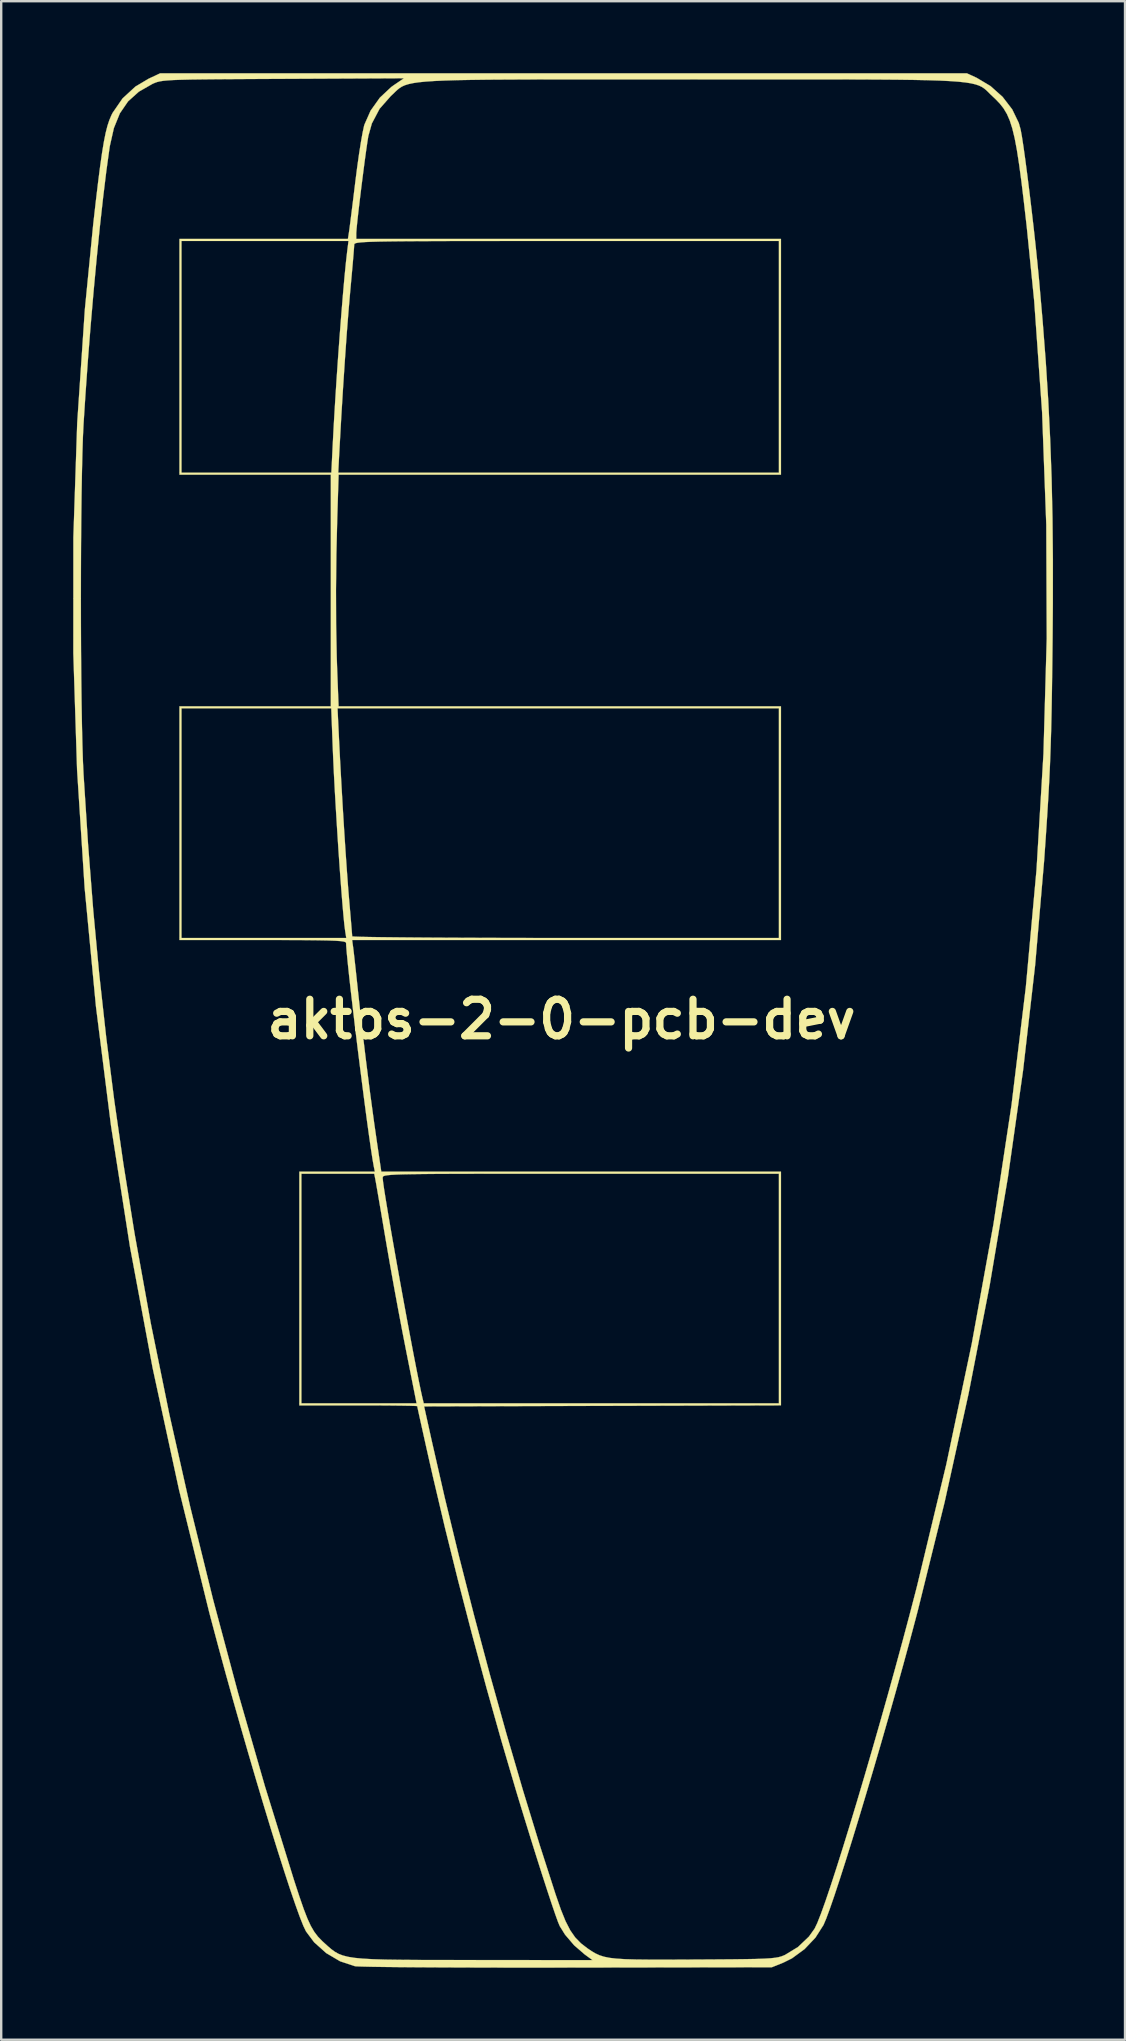
<source format=kicad_pcb>
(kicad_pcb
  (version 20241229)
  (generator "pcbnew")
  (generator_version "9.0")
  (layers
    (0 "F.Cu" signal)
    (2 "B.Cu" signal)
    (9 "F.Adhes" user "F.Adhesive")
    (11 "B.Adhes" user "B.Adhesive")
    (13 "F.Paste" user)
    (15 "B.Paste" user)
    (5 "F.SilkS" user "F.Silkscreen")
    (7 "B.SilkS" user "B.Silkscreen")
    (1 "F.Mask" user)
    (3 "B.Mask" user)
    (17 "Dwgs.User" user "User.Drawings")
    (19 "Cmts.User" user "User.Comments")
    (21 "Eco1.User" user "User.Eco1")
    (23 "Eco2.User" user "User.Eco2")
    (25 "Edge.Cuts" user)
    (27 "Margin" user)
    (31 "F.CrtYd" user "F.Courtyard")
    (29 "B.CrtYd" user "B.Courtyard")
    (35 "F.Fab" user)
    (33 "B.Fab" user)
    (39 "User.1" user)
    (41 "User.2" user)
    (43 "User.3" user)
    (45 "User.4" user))
  (footprint "aktos-2-0-pcb-dev"
    (layer "F.Cu")
    (at 20.344 39.417)
    (property "Reference" "aktos-2-0-pcb-dev" (at 0 0 0) (layer "F.SilkS") (effects (font (size 1.524 1.524) (thickness 0.3))))
    (attr through_hole)
    (fp_poly (pts (xy 17.3 -39.224) (xy 17.875 -38.881) (xy 18.378 -38.432) (xy 18.78 -37.908) (xy 19.053 -37.343) (xy 19.129 -37.072) (xy 19.181 -36.788) (xy 19.247 -36.361) (xy 19.323 -35.817) (xy 19.407 -35.18) (xy 19.495 -34.478) (xy 19.584 -33.735) (xy 19.672 -32.977) (xy 19.754 -32.23) (xy 19.828 -31.518) (xy 19.891 -30.869) (xy 19.892 -30.861) (xy 20.047 -29.085) (xy 20.177 -27.399) (xy 20.281 -25.77) (xy 20.361 -24.165) (xy 20.42 -22.549) (xy 20.457 -20.889) (xy 20.474 -19.152) (xy 20.473 -17.303) (xy 20.462 -15.917) (xy 20.449 -14.769) (xy 20.435 -13.763) (xy 20.42 -12.872) (xy 20.402 -12.068) (xy 20.379 -11.325) (xy 20.353 -10.616) (xy 20.32 -9.912) (xy 20.28 -9.188) (xy 20.232 -8.415) (xy 20.176 -7.567) (xy 20.109 -6.616) (xy 20.105 -6.562) (xy 19.734 -2.254) (xy 19.231 2.135) (xy 18.599 6.587) (xy 17.841 11.081) (xy 16.961 15.598) (xy 15.963 20.118) (xy 14.849 24.622) (xy 14.767 24.934) (xy 14.507 25.912) (xy 14.227 26.937) (xy 13.933 27.995) (xy 13.629 29.07) (xy 13.319 30.149) (xy 13.008 31.214) (xy 12.7 32.252) (xy 12.401 33.248) (xy 12.114 34.185) (xy 11.844 35.049) (xy 11.596 35.824) (xy 11.375 36.496) (xy 11.184 37.05) (xy 11.029 37.47) (xy 10.917 37.734) (xy 10.581 38.262) (xy 10.127 38.741) (xy 9.603 39.125) (xy 9.25 39.301) (xy 8.763 39.497) (xy 0.254 39.51) (xy -0.939 39.511) (xy -2.09 39.511) (xy -3.186 39.509) (xy -4.215 39.506) (xy -5.166 39.502) (xy -6.025 39.497) (xy -6.783 39.491) (xy -7.425 39.484) (xy -7.942 39.476) (xy -8.32 39.467) (xy -8.548 39.458) (xy -8.607 39.452) (xy -9.222 39.249) (xy -9.802 38.907) (xy -10.305 38.457) (xy -10.644 38.004) (xy -10.754 37.775) (xy -10.905 37.396) (xy -11.09 36.881) (xy -11.308 36.244) (xy -11.552 35.498) (xy -11.82 34.657) (xy -12.107 33.735) (xy -12.408 32.745) (xy -12.72 31.701) (xy -13.038 30.617) (xy -13.359 29.506) (xy -13.678 28.383) (xy -13.991 27.261) (xy -14.293 26.153) (xy -14.581 25.073) (xy -14.68 24.698) (xy -15.936 19.599) (xy -17.036 14.524) (xy -17.98 9.475) (xy -18.766 4.456) (xy -19.396 -0.53) (xy -19.868 -5.479) (xy -20.183 -10.389) (xy -20.339 -15.256) (xy -20.338 -17.544) (xy -20.024 -17.544) (xy -20.022 -16.41) (xy -20.017 -15.296) (xy -20.008 -14.222) (xy -19.996 -13.21) (xy -19.98 -12.281) (xy -19.961 -11.455) (xy -19.939 -10.755) (xy -19.913 -10.202) (xy -19.726 -7.306) (xy -19.509 -4.538) (xy -19.258 -1.86) (xy -18.967 0.768) (xy -18.633 3.384) (xy -18.252 6.028) (xy -17.818 8.738) (xy -17.771 9.017) (xy -17.107 12.689) (xy -16.338 16.46) (xy -15.472 20.3) (xy -14.515 24.181) (xy -13.474 28.073) (xy -12.358 31.949) (xy -11.172 35.778) (xy -11.134 35.899) (xy -10.92 36.552) (xy -10.742 37.066) (xy -10.587 37.466) (xy -10.444 37.776) (xy -10.301 38.02) (xy -10.147 38.222) (xy -9.969 38.406) (xy -9.881 38.487) (xy -9.725 38.628) (xy -9.583 38.749) (xy -9.443 38.851) (xy -9.291 38.937) (xy -9.112 39.006) (xy -8.893 39.062) (xy -8.62 39.106) (xy -8.279 39.138) (xy -7.856 39.162) (xy -7.338 39.178) (xy -6.711 39.187) (xy -5.96 39.193) (xy -5.073 39.195) (xy -4.035 39.196) (xy -3.649 39.196) (xy 1.295 39.201) (xy 0.965 38.961) (xy 0.527 38.582) (xy 0.148 38.138) (xy -0.074 37.78) (xy -0.146 37.606) (xy -0.261 37.287) (xy -0.413 36.841) (xy -0.596 36.287) (xy -0.805 35.643) (xy -1.033 34.926) (xy -1.275 34.155) (xy -1.525 33.346) (xy -1.778 32.519) (xy -1.895 32.131) (xy -2.508 30.045) (xy -3.124 27.858) (xy -3.729 25.618) (xy -4.311 23.374) (xy -4.857 21.175) (xy -5.354 19.067) (xy -5.5 18.425) (xy -5.634 17.83) (xy -5.754 17.29) (xy -5.857 16.827) (xy -5.937 16.464) (xy -5.99 16.221) (xy -6.011 16.12) (xy -6.011 16.118) (xy -6.092 16.11) (xy -6.322 16.103) (xy -6.679 16.097) (xy -7.141 16.092) (xy -7.689 16.088) (xy -8.302 16.087) (xy -8.467 16.087) (xy -10.922 16.087) (xy -10.922 6.435) (xy -10.837 6.435) (xy -10.837 16.002) (xy -6.038 16.002) (xy -6.487 13.741) (xy -6.637 12.974) (xy -6.802 12.101) (xy -6.971 11.184) (xy -7.133 10.284) (xy -7.276 9.464) (xy -7.323 9.191) (xy -7.427 8.577) (xy -7.523 8.008) (xy -7.609 7.508) (xy -7.679 7.102) (xy -7.729 6.814) (xy -7.756 6.669) (xy -7.756 6.668) (xy -7.768 6.606) (xy -7.451 6.606) (xy -7.435 6.766) (xy -7.392 7.072) (xy -7.323 7.505) (xy -7.233 8.046) (xy -7.126 8.675) (xy -7.004 9.373) (xy -6.872 10.119) (xy -6.733 10.895) (xy -6.59 11.68) (xy -6.447 12.456) (xy -6.307 13.202) (xy -6.175 13.899) (xy -6.053 14.527) (xy -5.945 15.068) (xy -5.855 15.5) (xy -5.787 15.806) (xy -5.785 15.812) (xy -5.739 16.002) (xy 9.059 16.002) (xy 9.059 6.435) (xy 0.804 6.435) (xy -0.561 6.435) (xy -1.766 6.435) (xy -2.822 6.436) (xy -3.739 6.437) (xy -4.525 6.439) (xy -5.192 6.442) (xy -5.749 6.447) (xy -6.206 6.453) (xy -6.573 6.46) (xy -6.859 6.469) (xy -7.076 6.481) (xy -7.231 6.495) (xy -7.337 6.511) (xy -7.401 6.53) (xy -7.435 6.551) (xy -7.448 6.576) (xy -7.451 6.604) (xy -7.451 6.606) (xy -7.768 6.606) (xy -7.803 6.435) (xy -10.837 6.435) (xy -10.922 6.435) (xy -10.922 6.35) (xy -7.776 6.35) (xy -7.823 6.117) (xy -7.872 5.838) (xy -7.936 5.422) (xy -8.013 4.889) (xy -8.1 4.26) (xy -8.194 3.556) (xy -8.292 2.797) (xy -8.393 2.006) (xy -8.494 1.201) (xy -8.591 0.404) (xy -8.683 -0.364) (xy -8.767 -1.083) (xy -8.84 -1.732) (xy -8.899 -2.29) (xy -8.943 -2.736) (xy -8.969 -3.05) (xy -8.975 -3.181) (xy -8.995 -3.212) (xy -9.067 -3.237) (xy -9.204 -3.257) (xy -9.42 -3.272) (xy -9.73 -3.284) (xy -10.149 -3.292) (xy -10.69 -3.298) (xy -11.367 -3.301) (xy -12.196 -3.302) (xy -12.446 -3.302) (xy -15.917 -3.302) (xy -15.917 -12.954) (xy -15.833 -12.954) (xy -15.833 -3.387) (xy -8.967 -3.387) (xy -9.011 -3.662) (xy -9.046 -3.933) (xy -9.087 -4.35) (xy -9.134 -4.891) (xy -9.184 -5.532) (xy -9.237 -6.252) (xy -9.291 -7.026) (xy -9.343 -7.832) (xy -9.393 -8.648) (xy -9.44 -9.451) (xy -9.481 -10.217) (xy -9.514 -10.924) (xy -9.534 -11.409) (xy -9.593 -12.954) (xy -9.331 -12.954) (xy -9.275 -11.79) (xy -9.228 -10.854) (xy -9.174 -9.874) (xy -9.117 -8.881) (xy -9.057 -7.907) (xy -8.997 -6.983) (xy -8.938 -6.141) (xy -8.884 -5.413) (xy -8.846 -4.957) (xy -8.805 -4.48) (xy -8.769 -4.062) (xy -8.742 -3.732) (xy -8.725 -3.52) (xy -8.721 -3.454) (xy -8.638 -3.445) (xy -8.397 -3.436) (xy -8.008 -3.428) (xy -7.484 -3.42) (xy -6.834 -3.413) (xy -6.071 -3.406) (xy -5.204 -3.4) (xy -4.246 -3.396) (xy -3.207 -3.392) (xy -2.098 -3.389) (xy -0.93 -3.387) (xy 0.169 -3.387) (xy 9.059 -3.387) (xy 9.059 -12.954) (xy -9.331 -12.954) (xy -9.593 -12.954) (xy -15.833 -12.954) (xy -15.917 -12.954) (xy -15.917 -13.039) (xy -12.764 -13.039) (xy -9.61 -13.039) (xy -9.61 -17.882) (xy -9.395 -17.882) (xy -9.39 -16.441) (xy -9.364 -15.102) (xy -9.342 -14.449) (xy -9.287 -13.039) (xy -0.071 -13.039) (xy 9.144 -13.039) (xy 9.144 -3.302) (xy -8.723 -3.302) (xy -8.679 -2.985) (xy -8.657 -2.802) (xy -8.621 -2.483) (xy -8.574 -2.06) (xy -8.521 -1.567) (xy -8.464 -1.034) (xy -8.462 -1.016) (xy -8.32 0.271) (xy -8.157 1.635) (xy -7.983 3.009) (xy -7.804 4.325) (xy -7.692 5.101) (xy -7.508 6.35) (xy 9.144 6.35) (xy 9.144 16.086) (xy 1.71 16.107) (xy -5.724 16.129) (xy -5.405 17.568) (xy -4.868 19.917) (xy -4.279 22.344) (xy -3.648 24.815) (xy -2.986 27.293) (xy -2.301 29.743) (xy -1.604 32.129) (xy -0.904 34.416) (xy -0.247 36.457) (xy -0.029 37.086) (xy 0.169 37.577) (xy 0.365 37.958) (xy 0.573 38.257) (xy 0.811 38.5) (xy 1.079 38.707) (xy 1.252 38.824) (xy 1.414 38.92) (xy 1.581 38.997) (xy 1.771 39.058) (xy 2.002 39.105) (xy 2.291 39.138) (xy 2.657 39.161) (xy 3.115 39.174) (xy 3.685 39.18) (xy 4.383 39.181) (xy 5.227 39.177) (xy 5.546 39.176) (xy 6.395 39.171) (xy 7.092 39.166) (xy 7.654 39.159) (xy 8.099 39.151) (xy 8.443 39.139) (xy 8.705 39.123) (xy 8.901 39.102) (xy 9.049 39.076) (xy 9.166 39.043) (xy 9.27 39.002) (xy 9.318 38.98) (xy 9.854 38.653) (xy 10.308 38.221) (xy 10.547 37.886) (xy 10.659 37.651) (xy 10.811 37.265) (xy 10.998 36.744) (xy 11.216 36.099) (xy 11.461 35.345) (xy 11.729 34.496) (xy 12.016 33.565) (xy 12.318 32.566) (xy 12.63 31.512) (xy 12.949 30.418) (xy 13.271 29.296) (xy 13.592 28.16) (xy 13.907 27.025) (xy 14.212 25.903) (xy 14.504 24.808) (xy 14.778 23.754) (xy 14.822 23.58) (xy 16.033 18.543) (xy 17.091 13.529) (xy 17.996 8.541) (xy 18.748 3.584) (xy 19.346 -1.339) (xy 19.791 -6.224) (xy 20.081 -11.065) (xy 20.217 -15.86) (xy 20.198 -20.604) (xy 20.024 -25.293) (xy 19.695 -29.924) (xy 19.384 -33.02) (xy 19.268 -34.033) (xy 19.164 -34.893) (xy 19.067 -35.615) (xy 18.974 -36.216) (xy 18.881 -36.711) (xy 18.783 -37.116) (xy 18.677 -37.446) (xy 18.558 -37.718) (xy 18.423 -37.946) (xy 18.266 -38.147) (xy 18.085 -38.336) (xy 17.98 -38.435) (xy 17.873 -38.536) (xy 17.782 -38.628) (xy 17.697 -38.71) (xy 17.608 -38.783) (xy 17.509 -38.848) (xy 17.389 -38.905) (xy 17.24 -38.954) (xy 17.054 -38.997) (xy 16.822 -39.033) (xy 16.534 -39.064) (xy 16.183 -39.089) (xy 15.759 -39.11) (xy 15.254 -39.126) (xy 14.659 -39.138) (xy 13.965 -39.147) (xy 13.165 -39.153) (xy 12.248 -39.157) (xy 11.206 -39.159) (xy 10.031 -39.159) (xy 8.714 -39.159) (xy 7.246 -39.159) (xy 5.618 -39.158) (xy 5.419 -39.158) (xy 3.773 -39.159) (xy 2.287 -39.159) (xy 0.954 -39.159) (xy -0.236 -39.159) (xy -1.292 -39.157) (xy -2.222 -39.153) (xy -3.035 -39.148) (xy -3.739 -39.139) (xy -4.344 -39.128) (xy -4.858 -39.112) (xy -5.29 -39.093) (xy -5.649 -39.069) (xy -5.942 -39.04) (xy -6.18 -39.005) (xy -6.37 -38.964) (xy -6.522 -38.917) (xy -6.644 -38.862) (xy -6.744 -38.8) (xy -6.832 -38.73) (xy -6.917 -38.652) (xy -7.006 -38.564) (xy -7.109 -38.468) (xy -7.114 -38.463) (xy -7.578 -37.936) (xy -7.901 -37.323) (xy -8.047 -36.804) (xy -8.087 -36.556) (xy -8.14 -36.19) (xy -8.202 -35.736) (xy -8.268 -35.228) (xy -8.336 -34.695) (xy -8.4 -34.169) (xy -8.458 -33.681) (xy -8.505 -33.263) (xy -8.537 -32.945) (xy -8.551 -32.76) (xy -8.551 -32.745) (xy -8.551 -32.512) (xy 9.144 -32.512) (xy 9.144 -22.691) (xy -9.286 -22.691) (xy -9.342 -20.899) (xy -9.379 -19.383) (xy -9.395 -17.882) (xy -9.61 -17.882) (xy -9.61 -22.691) (xy -12.764 -22.691) (xy -15.917 -22.691) (xy -15.917 -32.427) (xy -15.833 -32.427) (xy -15.833 -22.775) (xy -9.588 -22.775) (xy -9.302 -22.775) (xy 9.059 -22.775) (xy 9.059 -32.427) (xy 0.212 -32.427) (xy -1.206 -32.427) (xy -2.463 -32.427) (xy -3.571 -32.426) (xy -4.537 -32.425) (xy -5.373 -32.422) (xy -6.086 -32.419) (xy -6.688 -32.415) (xy -7.187 -32.409) (xy -7.593 -32.402) (xy -7.915 -32.393) (xy -8.164 -32.383) (xy -8.348 -32.37) (xy -8.477 -32.356) (xy -8.561 -32.339) (xy -8.609 -32.32) (xy -8.631 -32.298) (xy -8.636 -32.274) (xy -8.644 -32.146) (xy -8.665 -31.877) (xy -8.697 -31.495) (xy -8.739 -31.027) (xy -8.787 -30.5) (xy -8.801 -30.348) (xy -8.872 -29.523) (xy -8.948 -28.556) (xy -9.024 -27.476) (xy -9.101 -26.31) (xy -9.176 -25.085) (xy -9.246 -23.83) (xy -9.261 -23.558) (xy -9.302 -22.775) (xy -9.588 -22.775) (xy -9.531 -23.939) (xy -9.487 -24.771) (xy -9.434 -25.667) (xy -9.375 -26.601) (xy -9.31 -27.547) (xy -9.242 -28.479) (xy -9.173 -29.371) (xy -9.105 -30.198) (xy -9.04 -30.933) (xy -8.979 -31.551) (xy -8.925 -32.025) (xy -8.874 -32.427) (xy -15.833 -32.427) (xy -15.917 -32.427) (xy -15.917 -32.512) (xy -8.898 -32.512) (xy -8.855 -32.787) (xy -8.832 -32.951) (xy -8.793 -33.254) (xy -8.741 -33.667) (xy -8.679 -34.162) (xy -8.612 -34.71) (xy -8.586 -34.925) (xy -8.512 -35.502) (xy -8.434 -36.053) (xy -8.357 -36.544) (xy -8.286 -36.943) (xy -8.227 -37.217) (xy -8.212 -37.271) (xy -7.954 -37.855) (xy -7.568 -38.397) (xy -7.094 -38.841) (xy -6.995 -38.912) (xy -6.562 -39.206) (xy -11.599 -39.182) (xy -12.649 -39.177) (xy -13.542 -39.172) (xy -14.294 -39.167) (xy -14.917 -39.161) (xy -15.426 -39.154) (xy -15.835 -39.144) (xy -16.156 -39.133) (xy -16.403 -39.118) (xy -16.591 -39.1) (xy -16.734 -39.077) (xy -16.843 -39.051) (xy -16.934 -39.019) (xy -17.021 -38.981) (xy -17.042 -38.972) (xy -17.608 -38.648) (xy -18.057 -38.245) (xy -18.4 -37.745) (xy -18.65 -37.129) (xy -18.819 -36.379) (xy -18.834 -36.278) (xy -18.965 -35.33) (xy -19.098 -34.238) (xy -19.233 -33.025) (xy -19.365 -31.716) (xy -19.494 -30.336) (xy -19.617 -28.908) (xy -19.732 -27.458) (xy -19.835 -26.009) (xy -19.913 -24.807) (xy -19.939 -24.271) (xy -19.961 -23.587) (xy -19.98 -22.776) (xy -19.996 -21.858) (xy -20.008 -20.855) (xy -20.017 -19.788) (xy -20.022 -18.677) (xy -20.024 -17.544) (xy -20.338 -17.544) (xy -20.337 -20.077) (xy -20.177 -24.85) (xy -19.859 -29.57) (xy -19.512 -33.105) (xy -19.403 -34.068) (xy -19.306 -34.88) (xy -19.22 -35.556) (xy -19.14 -36.112) (xy -19.065 -36.564) (xy -18.992 -36.93) (xy -18.917 -37.225) (xy -18.837 -37.466) (xy -18.751 -37.669) (xy -18.703 -37.764) (xy -18.289 -38.365) (xy -17.752 -38.86) (xy -17.202 -39.187) (xy -16.722 -39.412) (xy 16.891 -39.412) (xy 17.3 -39.224)) (stroke (width 0.01) (type solid)) (fill yes) (layer "F.SilkS")))
  (gr_rect
    (start -3 -3)
    (end 43.823 81.933)
    (stroke (width 0.1) (type default))
    (fill no)
    (layer "Edge.Cuts")))
</source>
